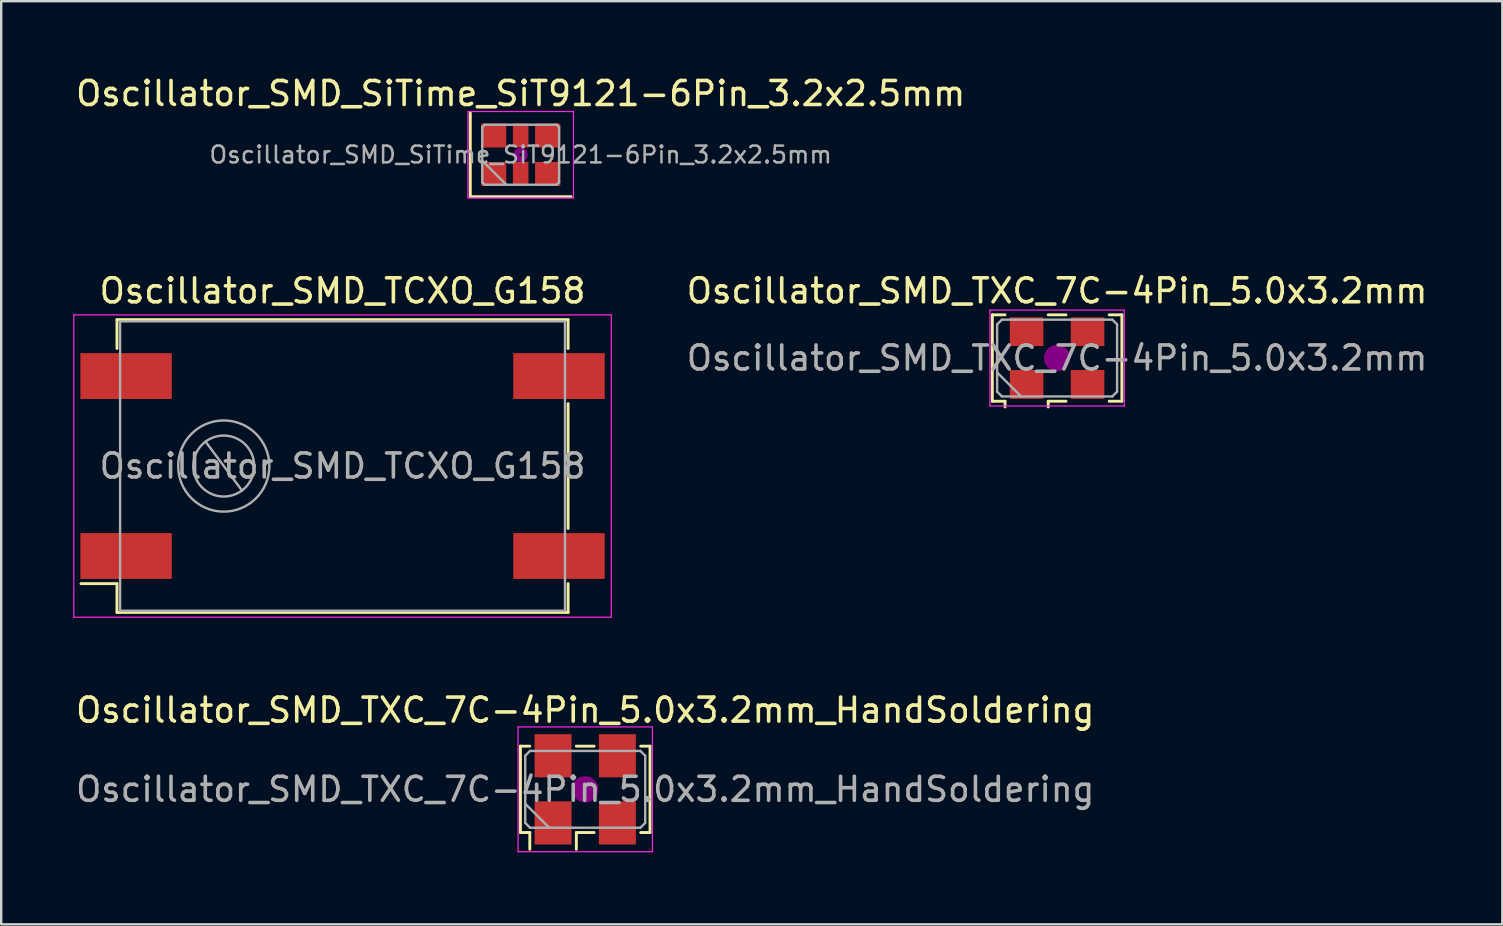
<source format=kicad_pcb>
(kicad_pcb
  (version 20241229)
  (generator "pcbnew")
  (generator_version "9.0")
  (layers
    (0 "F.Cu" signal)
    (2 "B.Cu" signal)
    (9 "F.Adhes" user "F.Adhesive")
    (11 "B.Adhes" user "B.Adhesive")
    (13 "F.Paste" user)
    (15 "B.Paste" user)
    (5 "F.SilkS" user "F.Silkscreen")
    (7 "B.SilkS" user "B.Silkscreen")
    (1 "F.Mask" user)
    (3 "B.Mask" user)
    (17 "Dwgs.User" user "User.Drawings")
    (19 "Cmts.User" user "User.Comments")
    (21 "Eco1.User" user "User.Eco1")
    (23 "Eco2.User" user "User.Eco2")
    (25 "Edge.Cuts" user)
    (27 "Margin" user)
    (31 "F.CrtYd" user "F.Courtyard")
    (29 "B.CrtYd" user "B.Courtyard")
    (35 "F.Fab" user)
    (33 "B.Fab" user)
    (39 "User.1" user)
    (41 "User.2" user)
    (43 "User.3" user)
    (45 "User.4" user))
  (footprint "Oscillator_SMD_TXC_7C-4Pin_5.0x3.2mm"
    (layer "F.Cu")
    (at 41.004 11.871)
    (property "Reference" "Oscillator_SMD_TXC_7C-4Pin_5.0x3.2mm" (at 0 -2.8 0) (layer "F.SilkS") (effects (font (size 1 1) (thickness 0.15))))
    (attr smd)
    (fp_line (start -2.7 -1.8) (end -2.17 -1.8) (stroke (width 0.12) (type solid)) (layer "F.SilkS"))
    (fp_line (start -2.7 1.8) (end -2.7 -1.8) (stroke (width 0.12) (type solid)) (layer "F.SilkS"))
    (fp_line (start -2.17 1.8) (end -2.7 1.8) (stroke (width 0.12) (type solid)) (layer "F.SilkS"))
    (fp_line (start -2.17 2.04) (end -2.17 1.8) (stroke (width 0.12) (type solid)) (layer "F.SilkS"))
    (fp_line (start -0.37 -1.8) (end 0.37 -1.8) (stroke (width 0.12) (type solid)) (layer "F.SilkS"))
    (fp_line (start -0.37 1.8) (end -0.37 2.04) (stroke (width 0.12) (type solid)) (layer "F.SilkS"))
    (fp_line (start 0.37 1.8) (end -0.37 1.8) (stroke (width 0.12) (type solid)) (layer "F.SilkS"))
    (fp_line (start 2.17 -1.8) (end 2.7 -1.8) (stroke (width 0.12) (type solid)) (layer "F.SilkS"))
    (fp_line (start 2.7 -1.8) (end 2.7 1.8) (stroke (width 0.12) (type solid)) (layer "F.SilkS"))
    (fp_line (start 2.7 1.8) (end 2.17 1.8) (stroke (width 0.12) (type solid)) (layer "F.SilkS"))
    (fp_circle (center 0 0) (end 0.117 0) (stroke (width 0.233) (type solid)) (fill no) (layer "F.Adhes"))
    (fp_circle (center 0 0) (end 0.267 0) (stroke (width 0.167) (type solid)) (fill no) (layer "F.Adhes"))
    (fp_circle (center 0 0) (end 0.417 0) (stroke (width 0.167) (type solid)) (fill no) (layer "F.Adhes"))
    (fp_circle (center 0 0) (end 0.5 0) (stroke (width 0.1) (type solid)) (fill no) (layer "F.Adhes"))
    (fp_line (start -2.8 -2) (end -2.8 2) (stroke (width 0.05) (type solid)) (layer "F.CrtYd"))
    (fp_line (start -2.8 2) (end 2.8 2) (stroke (width 0.05) (type solid)) (layer "F.CrtYd"))
    (fp_line (start 2.8 -2) (end -2.8 -2) (stroke (width 0.05) (type solid)) (layer "F.CrtYd"))
    (fp_line (start 2.8 2) (end 2.8 -2) (stroke (width 0.05) (type solid)) (layer "F.CrtYd"))
    (fp_line (start -2.5 -1.4) (end -2.3 -1.6) (stroke (width 0.1) (type solid)) (layer "F.Fab"))
    (fp_line (start -2.5 0.6) (end -1.5 1.6) (stroke (width 0.1) (type solid)) (layer "F.Fab"))
    (fp_line (start -2.5 1.4) (end -2.5 -1.4) (stroke (width 0.1) (type solid)) (layer "F.Fab"))
    (fp_line (start -2.3 -1.6) (end 2.3 -1.6) (stroke (width 0.1) (type solid)) (layer "F.Fab"))
    (fp_line (start -2.3 1.6) (end -2.5 1.4) (stroke (width 0.1) (type solid)) (layer "F.Fab"))
    (fp_line (start 2.3 -1.6) (end 2.5 -1.4) (stroke (width 0.1) (type solid)) (layer "F.Fab"))
    (fp_line (start 2.3 1.6) (end -2.3 1.6) (stroke (width 0.1) (type solid)) (layer "F.Fab"))
    (fp_line (start 2.5 -1.4) (end 2.5 1.4) (stroke (width 0.1) (type solid)) (layer "F.Fab"))
    (fp_line (start 2.5 1.4) (end 2.3 1.6) (stroke (width 0.1) (type solid)) (layer "F.Fab"))
    (fp_text user "${REFERENCE}" (at 0 0 0) (layer "F.Fab") (effects (font (size 1 1) (thickness 0.15))))
    (pad "1" smd rect (at -1.27 1.1) (size 1.4 1.2) (layers "F.Cu" "F.Mask" "F.Paste"))
    (pad "2" smd rect (at 1.27 1.1) (size 1.4 1.2) (layers "F.Cu" "F.Mask" "F.Paste"))
    (pad "3" smd rect (at 1.27 -1.1) (size 1.4 1.2) (layers "F.Cu" "F.Mask" "F.Paste"))
    (pad "4" smd rect (at -1.27 -1.1) (size 1.4 1.2) (layers "F.Cu" "F.Mask" "F.Paste")))
  (footprint "Oscillator_SMD_TCXO_G158"
    (layer "F.Cu")
    (at 11.225 16.372)
    (property "Reference" "Oscillator_SMD_TCXO_G158" (at 0 -7.3 0) (layer "F.SilkS") (effects (font (size 1 1) (thickness 0.15))))
    (attr smd)
    (fp_line (start -10.9 4.9) (end -9.4 4.9) (stroke (width 0.12) (type solid)) (layer "F.SilkS"))
    (fp_line (start -9.4 -6.1) (end -9.4 -4.9) (stroke (width 0.12) (type solid)) (layer "F.SilkS"))
    (fp_line (start -9.4 4.9) (end -9.4 6.1) (stroke (width 0.12) (type solid)) (layer "F.SilkS"))
    (fp_line (start -9.4 6.1) (end 9.4 6.1) (stroke (width 0.12) (type solid)) (layer "F.SilkS"))
    (fp_line (start 9.4 -6.1) (end -9.4 -6.1) (stroke (width 0.12) (type solid)) (layer "F.SilkS"))
    (fp_line (start 9.4 -4.9) (end 9.4 -6.1) (stroke (width 0.12) (type solid)) (layer "F.SilkS"))
    (fp_line (start 9.4 2.6) (end 9.4 -2.6) (stroke (width 0.12) (type solid)) (layer "F.SilkS"))
    (fp_line (start 9.4 6.1) (end 9.4 4.9) (stroke (width 0.12) (type solid)) (layer "F.SilkS"))
    (fp_line (start -11.2 -6.3) (end -11.2 6.3) (stroke (width 0.05) (type solid)) (layer "F.CrtYd"))
    (fp_line (start -11.2 6.3) (end 11.2 6.3) (stroke (width 0.05) (type solid)) (layer "F.CrtYd"))
    (fp_line (start 11.2 -6.3) (end -11.2 -6.3) (stroke (width 0.05) (type solid)) (layer "F.CrtYd"))
    (fp_line (start 11.2 6.3) (end 11.2 -6.3) (stroke (width 0.05) (type solid)) (layer "F.CrtYd"))
    (fp_line (start -9.27 -6.03) (end 9.27 -6.03) (stroke (width 0.1) (type solid)) (layer "F.Fab"))
    (fp_line (start -9.27 5.97) (end -9.27 -5.97) (stroke (width 0.1) (type solid)) (layer "F.Fab"))
    (fp_line (start -5.71 -1.02) (end -4.19 1.02) (stroke (width 0.1) (type solid)) (layer "F.Fab"))
    (fp_line (start 9.27 -5.97) (end 9.27 5.97) (stroke (width 0.1) (type solid)) (layer "F.Fab"))
    (fp_line (start 9.27 6.03) (end -9.27 6.03) (stroke (width 0.1) (type solid)) (layer "F.Fab"))
    (fp_circle (center -4.95 0) (end -3.68 0) (stroke (width 0.1) (type solid)) (fill no) (layer "F.Fab"))
    (fp_circle (center -4.95 0) (end -3.05 0) (stroke (width 0.1) (type solid)) (fill no) (layer "F.Fab"))
    (fp_text user "${REFERENCE}" (at 0 0 0) (layer "F.Fab") (effects (font (size 1 1) (thickness 0.15))))
    (pad "1" smd rect (at -9.02 3.75) (size 3.81 1.91) (layers "F.Cu" "F.Mask" "F.Paste"))
    (pad "2" smd rect (at 9.02 3.75) (size 3.81 1.91) (layers "F.Cu" "F.Mask" "F.Paste"))
    (pad "3" smd rect (at 9.02 -3.75) (size 3.81 1.91) (layers "F.Cu" "F.Mask" "F.Paste"))
    (pad "4" smd rect (at -9.02 -3.75) (size 3.81 1.91) (layers "F.Cu" "F.Mask" "F.Paste")))
  (footprint "Oscillator_SMD_SiTime_SiT9121-6Pin_3.2x2.5mm"
    (layer "F.Cu")
    (at 18.649 3.398)
    (property "Reference" "Oscillator_SMD_SiTime_SiT9121-6Pin_3.2x2.5mm" (at 0 -2.55 0) (layer "F.SilkS") (effects (font (size 1 1) (thickness 0.15))))
    (attr smd)
    (fp_line (start -2.1 -1.75) (end -2.1 1.75) (stroke (width 0.12) (type solid)) (layer "F.SilkS"))
    (fp_line (start -2.1 1.75) (end 2.1 1.75) (stroke (width 0.12) (type solid)) (layer "F.SilkS"))
    (fp_circle (center 0 0) (end 0.058 0) (stroke (width 0.117) (type solid)) (fill no) (layer "F.Adhes"))
    (fp_circle (center 0 0) (end 0.133 0) (stroke (width 0.083) (type solid)) (fill no) (layer "F.Adhes"))
    (fp_circle (center 0 0) (end 0.208 0) (stroke (width 0.083) (type solid)) (fill no) (layer "F.Adhes"))
    (fp_circle (center 0 0) (end 0.25 0) (stroke (width 0.1) (type solid)) (fill no) (layer "F.Adhes"))
    (fp_line (start -2.2 -1.8) (end -2.2 1.8) (stroke (width 0.05) (type solid)) (layer "F.CrtYd"))
    (fp_line (start -2.2 1.8) (end 2.2 1.8) (stroke (width 0.05) (type solid)) (layer "F.CrtYd"))
    (fp_line (start 2.2 -1.8) (end -2.2 -1.8) (stroke (width 0.05) (type solid)) (layer "F.CrtYd"))
    (fp_line (start 2.2 1.8) (end 2.2 -1.8) (stroke (width 0.05) (type solid)) (layer "F.CrtYd"))
    (fp_line (start -1.6 -1.15) (end -1.5 -1.25) (stroke (width 0.1) (type solid)) (layer "F.Fab"))
    (fp_line (start -1.6 0.25) (end -0.6 1.25) (stroke (width 0.1) (type solid)) (layer "F.Fab"))
    (fp_line (start -1.6 1.15) (end -1.6 -1.15) (stroke (width 0.1) (type solid)) (layer "F.Fab"))
    (fp_line (start -1.5 -1.25) (end 1.5 -1.25) (stroke (width 0.1) (type solid)) (layer "F.Fab"))
    (fp_line (start -1.5 1.25) (end -1.6 1.15) (stroke (width 0.1) (type solid)) (layer "F.Fab"))
    (fp_line (start 1.5 -1.25) (end 1.6 -1.15) (stroke (width 0.1) (type solid)) (layer "F.Fab"))
    (fp_line (start 1.5 1.25) (end -1.5 1.25) (stroke (width 0.1) (type solid)) (layer "F.Fab"))
    (fp_line (start 1.6 -1.15) (end 1.6 1.15) (stroke (width 0.1) (type solid)) (layer "F.Fab"))
    (fp_line (start 1.6 1.15) (end 1.5 1.25) (stroke (width 0.1) (type solid)) (layer "F.Fab"))
    (fp_text user "${REFERENCE}" (at 0 0 0) (layer "F.Fab") (effects (font (size 0.7 0.7) (thickness 0.105))))
    (pad "1" smd rect (at -1.125 0.8) (size 1.05 1) (layers "F.Cu" "F.Mask" "F.Paste"))
    (pad "2" smd rect (at 0 0.8) (size 0.65 1) (layers "F.Cu" "F.Mask" "F.Paste"))
    (pad "3" smd rect (at 1.125 0.8) (size 1.05 1) (layers "F.Cu" "F.Mask" "F.Paste"))
    (pad "4" smd rect (at 1.125 -0.8) (size 1.05 1) (layers "F.Cu" "F.Mask" "F.Paste"))
    (pad "5" smd rect (at 0 -0.8) (size 0.65 1) (layers "F.Cu" "F.Mask" "F.Paste"))
    (pad "6" smd rect (at -1.125 -0.8) (size 1.05 1) (layers "F.Cu" "F.Mask" "F.Paste")))
  (footprint "Oscillator_SMD_TXC_7C-4Pin_5.0x3.2mm_HandSoldering"
    (layer "F.Cu")
    (at 21.339 29.845)
    (property "Reference" "Oscillator_SMD_TXC_7C-4Pin_5.0x3.2mm_HandSoldering" (at 0 -3.3 0) (layer "F.SilkS") (effects (font (size 1 1) (thickness 0.15))))
    (attr smd)
    (fp_line (start -2.7 -1.8) (end -2.31 -1.8) (stroke (width 0.12) (type solid)) (layer "F.SilkS"))
    (fp_line (start -2.7 1.8) (end -2.7 -1.8) (stroke (width 0.12) (type solid)) (layer "F.SilkS"))
    (fp_line (start -2.31 1.8) (end -2.7 1.8) (stroke (width 0.12) (type solid)) (layer "F.SilkS"))
    (fp_line (start -2.31 2.5) (end -2.31 1.8) (stroke (width 0.12) (type solid)) (layer "F.SilkS"))
    (fp_line (start -0.37 -1.8) (end 0.37 -1.8) (stroke (width 0.12) (type solid)) (layer "F.SilkS"))
    (fp_line (start -0.37 1.8) (end -0.37 2.5) (stroke (width 0.12) (type solid)) (layer "F.SilkS"))
    (fp_line (start 0.37 1.8) (end -0.37 1.8) (stroke (width 0.12) (type solid)) (layer "F.SilkS"))
    (fp_line (start 2.31 -1.8) (end 2.7 -1.8) (stroke (width 0.12) (type solid)) (layer "F.SilkS"))
    (fp_line (start 2.7 -1.8) (end 2.7 1.8) (stroke (width 0.12) (type solid)) (layer "F.SilkS"))
    (fp_line (start 2.7 1.8) (end 2.31 1.8) (stroke (width 0.12) (type solid)) (layer "F.SilkS"))
    (fp_circle (center 0 0) (end 0.117 0) (stroke (width 0.233) (type solid)) (fill no) (layer "F.Adhes"))
    (fp_circle (center 0 0) (end 0.267 0) (stroke (width 0.167) (type solid)) (fill no) (layer "F.Adhes"))
    (fp_circle (center 0 0) (end 0.417 0) (stroke (width 0.167) (type solid)) (fill no) (layer "F.Adhes"))
    (fp_circle (center 0 0) (end 0.5 0) (stroke (width 0.1) (type solid)) (fill no) (layer "F.Adhes"))
    (fp_line (start -2.8 -2.6) (end -2.8 2.6) (stroke (width 0.05) (type solid)) (layer "F.CrtYd"))
    (fp_line (start -2.8 2.6) (end 2.8 2.6) (stroke (width 0.05) (type solid)) (layer "F.CrtYd"))
    (fp_line (start 2.8 -2.6) (end -2.8 -2.6) (stroke (width 0.05) (type solid)) (layer "F.CrtYd"))
    (fp_line (start 2.8 2.6) (end 2.8 -2.6) (stroke (width 0.05) (type solid)) (layer "F.CrtYd"))
    (fp_line (start -2.5 -1.4) (end -2.3 -1.6) (stroke (width 0.1) (type solid)) (layer "F.Fab"))
    (fp_line (start -2.5 0.6) (end -1.5 1.6) (stroke (width 0.1) (type solid)) (layer "F.Fab"))
    (fp_line (start -2.5 1.4) (end -2.5 -1.4) (stroke (width 0.1) (type solid)) (layer "F.Fab"))
    (fp_line (start -2.3 -1.6) (end 2.3 -1.6) (stroke (width 0.1) (type solid)) (layer "F.Fab"))
    (fp_line (start -2.3 1.6) (end -2.5 1.4) (stroke (width 0.1) (type solid)) (layer "F.Fab"))
    (fp_line (start 2.3 -1.6) (end 2.5 -1.4) (stroke (width 0.1) (type solid)) (layer "F.Fab"))
    (fp_line (start 2.3 1.6) (end -2.3 1.6) (stroke (width 0.1) (type solid)) (layer "F.Fab"))
    (fp_line (start 2.5 -1.4) (end 2.5 1.4) (stroke (width 0.1) (type solid)) (layer "F.Fab"))
    (fp_line (start 2.5 1.4) (end 2.3 1.6) (stroke (width 0.1) (type solid)) (layer "F.Fab"))
    (fp_text user "${REFERENCE}" (at 0 0 0) (layer "F.Fab") (effects (font (size 1 1) (thickness 0.15))))
    (pad "1" smd rect (at -1.34 1.4) (size 1.54 1.8) (layers "F.Cu" "F.Mask" "F.Paste"))
    (pad "2" smd rect (at 1.34 1.4) (size 1.54 1.8) (layers "F.Cu" "F.Mask" "F.Paste"))
    (pad "3" smd rect (at 1.34 -1.4) (size 1.54 1.8) (layers "F.Cu" "F.Mask" "F.Paste"))
    (pad "4" smd rect (at -1.34 -1.4) (size 1.54 1.8) (layers "F.Cu" "F.Mask" "F.Paste")))
  (gr_rect
    (start -3 -3)
    (end 59.557 35.47)
    (stroke (width 0.1) (type default))
    (fill no)
    (layer "Edge.Cuts")))
</source>
